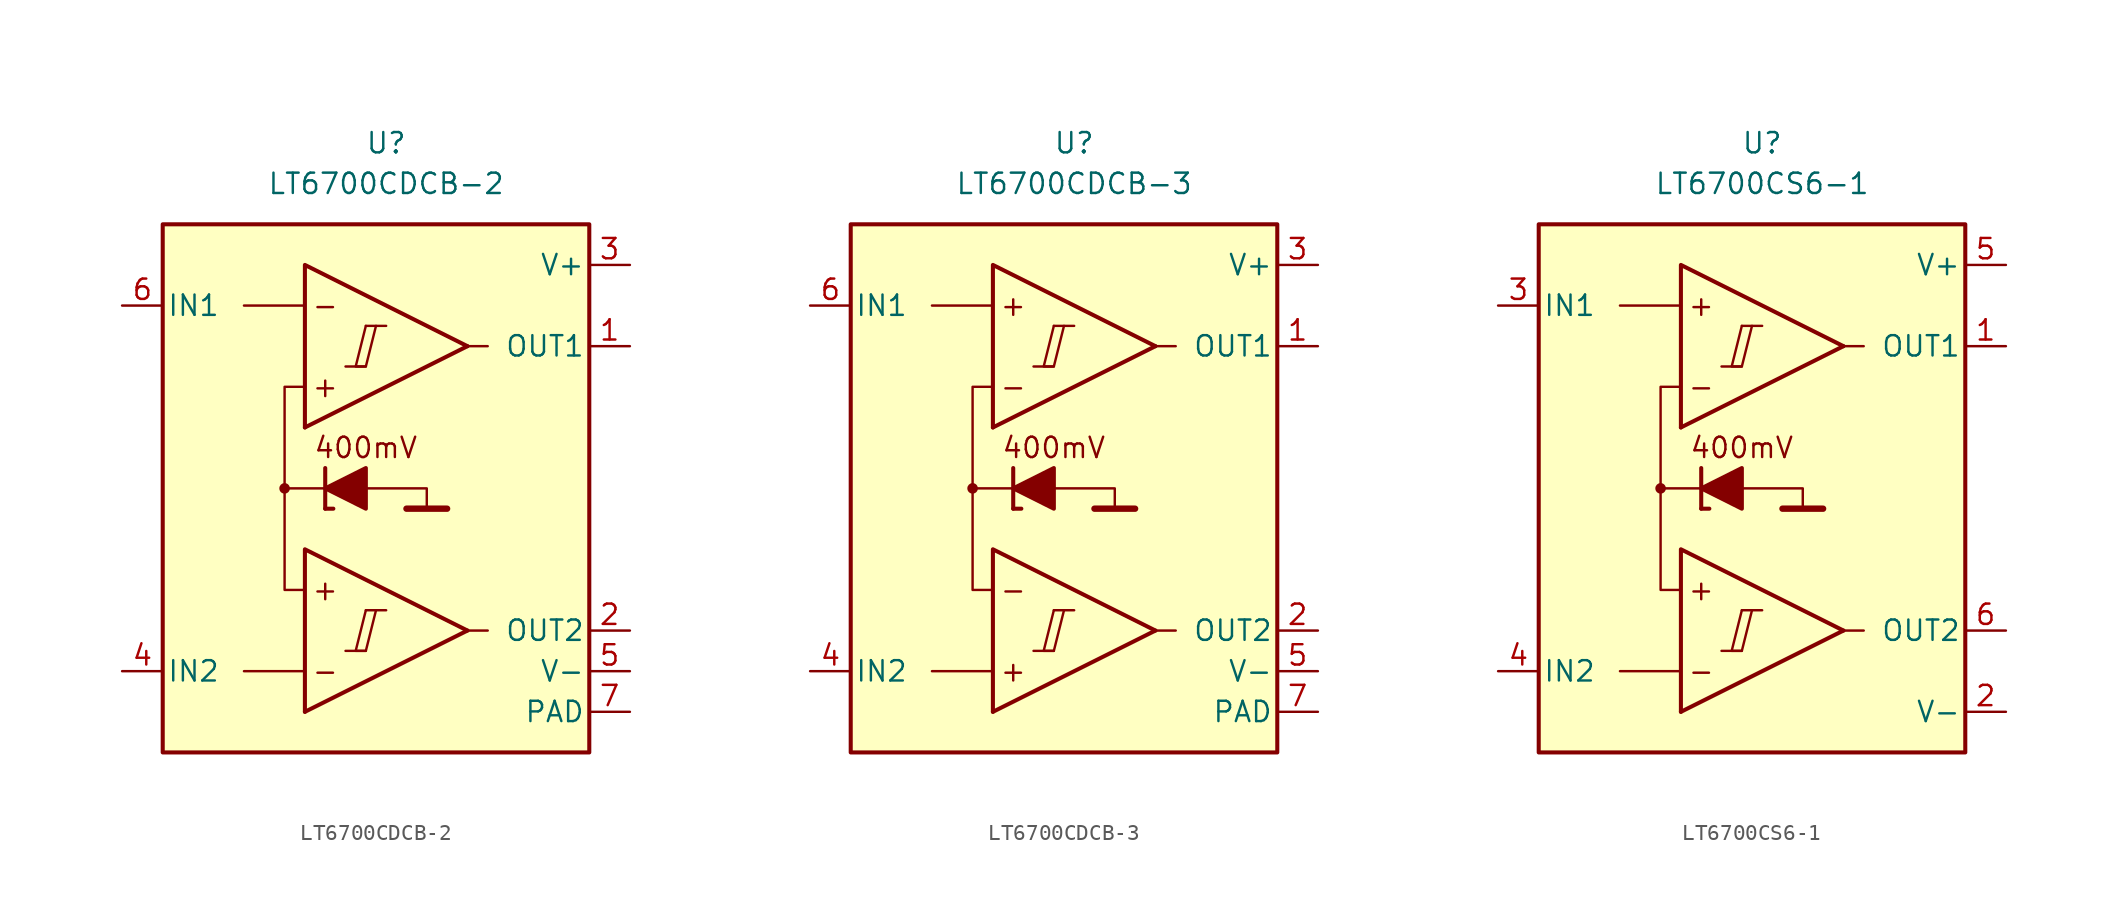
<source format=kicad_sym>
(kicad_symbol_lib
  (version 20231120)
  (generator "kicad_symbol_editor")
  (generator_version "8.0")
  (symbol "LT6700CDCB-2"
    (pin_names
      (offset 0.254))
    (property "Reference" "U"
      (at 0 22.86 0)
      (effects (font (size 1.27 1.27))))
    (property "Value" "LT6700CDCB-2"
      (at 0 20.32 0)
      (effects (font (size 1.27 1.27))))
    (symbol "LT6700CDCB-2_0_0"
      (rectangle (start -13.97 17.78) (end 12.7 -15.24) (stroke (width 0.254) (type default)) (fill (type background)))
      (circle (center -6.35 1.27) (radius 0.254) (stroke (width 0.152) (type default)) (fill (type outline)))
      (polyline (pts (xy -2.54 -8.89) (xy -1.27 -8.89)) (stroke (width 0.152) (type default)) (fill (type none)))
      (polyline (pts (xy -2.54 8.89) (xy -1.27 8.89)) (stroke (width 0.152) (type default)) (fill (type none)))
      (polyline (pts (xy -1.27 -6.35) (xy 0 -6.35)) (stroke (width 0.152) (type default)) (fill (type none)))
      (polyline (pts (xy -1.27 11.43) (xy 0 11.43)) (stroke (width 0.152) (type default)) (fill (type none)))
      (polyline (pts (xy 5.08 -7.62) (xy -5.08 -12.7)) (stroke (width 0.254) (type default)) (fill (type none)))
      (polyline (pts (xy 5.08 10.16) (xy -5.08 5.08)) (stroke (width 0.254) (type default)) (fill (type none)))
      (polyline (pts (xy 5.08 -7.62) (xy -5.08 -2.54) (xy -5.08 -12.7)) (stroke (width 0.254) (type default)) (fill (type background)))
      (polyline (pts (xy 5.08 10.16) (xy -5.08 15.24) (xy -5.08 5.08)) (stroke (width 0.254) (type default)) (fill (type background)))
      (polyline (pts (xy -1.27 -6.35) (xy -1.905 -8.89) (xy -1.27 -8.89) (xy -0.635 -6.35)) (stroke (width 0.152) (type default)) (fill (type none)))
      (polyline (pts (xy -1.27 11.43) (xy -1.905 8.89) (xy -1.27 8.89) (xy -0.635 11.43)) (stroke (width 0.152) (type default)) (fill (type none)))
      (text "+" (at -3.81 -5.08 0) (effects (font (size 1.27 1.27))))
      (text "+" (at -3.81 7.62 0) (effects (font (size 1.27 1.27))))
      (text "-" (at -3.81 -10.16 0) (effects (font (size 1.27 1.27))))
      (text "-" (at -3.81 12.7 0) (effects (font (size 1.27 1.27)))))
    (symbol "LT6700CDCB-2_0_1"
      (polyline (pts (xy -5.08 -10.16) (xy -8.89 -10.16)) (stroke (width 0) (type default)) (fill (type none)))
      (polyline (pts (xy -5.08 12.7) (xy -8.89 12.7)) (stroke (width 0) (type default)) (fill (type none)))
      (polyline (pts (xy -3.81 0) (xy -3.81 2.54)) (stroke (width 0.254) (type default)) (fill (type none)))
      (polyline (pts (xy -3.81 0) (xy -3.302 0)) (stroke (width 0.254) (type default)) (fill (type none)))
      (polyline (pts (xy -3.81 1.27) (xy -6.35 1.27)) (stroke (width 0.152) (type default)) (fill (type none)))
      (polyline (pts (xy 1.27 0) (xy 3.81 0)) (stroke (width 0.4) (type default)) (fill (type none)))
      (polyline (pts (xy 5.08 -7.62) (xy 6.35 -7.62)) (stroke (width 0) (type default)) (fill (type none)))
      (polyline (pts (xy 5.08 10.16) (xy 6.35 10.16)) (stroke (width 0) (type default)) (fill (type none)))
      (polyline (pts (xy -1.27 1.27) (xy 2.54 1.27) (xy 2.54 0)) (stroke (width 0.152) (type default)) (fill (type none)))
      (polyline (pts (xy -5.08 -5.08) (xy -6.35 -5.08) (xy -6.35 7.62) (xy -5.08 7.62)) (stroke (width 0.152) (type default)) (fill (type none)))
      (polyline (pts (xy -1.27 2.54) (xy -1.27 0) (xy -3.81 1.27) (xy -1.27 2.54)) (stroke (width 0.254) (type default)) (fill (type outline))))
    (symbol "LT6700CDCB-2_1_0"
      (text "400mV" (at -1.27 3.81 0) (effects (font (size 1.27 1.27)))))
    (symbol "LT6700CDCB-2_1_1"
      (pin output line (at 15.24 10.16 180) (length 2.54) (name "OUT1" (effects (font (size 1.27 1.27)))) (number "1" (effects (font (size 1.27 1.27)))))
      (pin output line (at 15.24 -7.62 180) (length 2.54) (name "OUT2" (effects (font (size 1.27 1.27)))) (number "2" (effects (font (size 1.27 1.27)))))
      (pin power_in line (at 15.24 15.24 180) (length 2.54) (name "V+" (effects (font (size 1.27 1.27)))) (number "3" (effects (font (size 1.27 1.27)))))
      (pin input line (at -16.51 -10.16 0) (length 2.54) (name "IN2" (effects (font (size 1.27 1.27)))) (number "4" (effects (font (size 1.27 1.27)))))
      (pin power_in line (at 15.24 -10.16 180) (length 2.54) (name "V-" (effects (font (size 1.27 1.27)))) (number "5" (effects (font (size 1.27 1.27)))))
      (pin input line (at -16.51 12.7 0) (length 2.54) (name "IN1" (effects (font (size 1.27 1.27)))) (number "6" (effects (font (size 1.27 1.27)))))
      (pin power_in line (at 15.24 -12.7 180) (length 2.54) (name "PAD" (effects (font (size 1.27 1.27)))) (number "7" (effects (font (size 1.27 1.27)))))))
  (symbol "LT6700CDCB-3"
    (pin_names
      (offset 0.254))
    (property "Reference" "U"
      (at 0 22.86 0)
      (effects (font (size 1.27 1.27))))
    (property "Value" "LT6700CDCB-3"
      (at 0 20.32 0)
      (effects (font (size 1.27 1.27))))
    (symbol "LT6700CDCB-3_0_0"
      (rectangle (start -13.97 17.78) (end 12.7 -15.24) (stroke (width 0.254) (type default)) (fill (type background)))
      (circle (center -6.35 1.27) (radius 0.254) (stroke (width 0.152) (type default)) (fill (type outline)))
      (polyline (pts (xy -2.54 -8.89) (xy -1.27 -8.89)) (stroke (width 0.152) (type default)) (fill (type none)))
      (polyline (pts (xy -2.54 8.89) (xy -1.27 8.89)) (stroke (width 0.152) (type default)) (fill (type none)))
      (polyline (pts (xy -1.27 -6.35) (xy 0 -6.35)) (stroke (width 0.152) (type default)) (fill (type none)))
      (polyline (pts (xy -1.27 11.43) (xy 0 11.43)) (stroke (width 0.152) (type default)) (fill (type none)))
      (polyline (pts (xy 5.08 -7.62) (xy -5.08 -12.7)) (stroke (width 0.254) (type default)) (fill (type none)))
      (polyline (pts (xy 5.08 10.16) (xy -5.08 5.08)) (stroke (width 0.254) (type default)) (fill (type none)))
      (polyline (pts (xy 5.08 -7.62) (xy -5.08 -2.54) (xy -5.08 -12.7)) (stroke (width 0.254) (type default)) (fill (type background)))
      (polyline (pts (xy 5.08 10.16) (xy -5.08 15.24) (xy -5.08 5.08)) (stroke (width 0.254) (type default)) (fill (type background)))
      (polyline (pts (xy -1.27 -6.35) (xy -1.905 -8.89) (xy -1.27 -8.89) (xy -0.635 -6.35)) (stroke (width 0.152) (type default)) (fill (type none)))
      (polyline (pts (xy -1.27 11.43) (xy -1.905 8.89) (xy -1.27 8.89) (xy -0.635 11.43)) (stroke (width 0.152) (type default)) (fill (type none)))
      (text "+" (at -3.81 -10.16 0) (effects (font (size 1.27 1.27))))
      (text "+" (at -3.81 12.7 0) (effects (font (size 1.27 1.27))))
      (text "-" (at -3.81 -5.08 0) (effects (font (size 1.27 1.27))))
      (text "-" (at -3.81 7.62 0) (effects (font (size 1.27 1.27)))))
    (symbol "LT6700CDCB-3_0_1"
      (polyline (pts (xy -5.08 -10.16) (xy -8.89 -10.16)) (stroke (width 0) (type default)) (fill (type none)))
      (polyline (pts (xy -5.08 12.7) (xy -8.89 12.7)) (stroke (width 0) (type default)) (fill (type none)))
      (polyline (pts (xy -3.81 0) (xy -3.81 2.54)) (stroke (width 0.254) (type default)) (fill (type none)))
      (polyline (pts (xy -3.81 0) (xy -3.302 0)) (stroke (width 0.254) (type default)) (fill (type none)))
      (polyline (pts (xy -3.81 1.27) (xy -6.35 1.27)) (stroke (width 0.152) (type default)) (fill (type none)))
      (polyline (pts (xy 1.27 0) (xy 3.81 0)) (stroke (width 0.4) (type default)) (fill (type none)))
      (polyline (pts (xy 5.08 -7.62) (xy 6.35 -7.62)) (stroke (width 0) (type default)) (fill (type none)))
      (polyline (pts (xy 5.08 10.16) (xy 6.35 10.16)) (stroke (width 0) (type default)) (fill (type none)))
      (polyline (pts (xy -1.27 1.27) (xy 2.54 1.27) (xy 2.54 0)) (stroke (width 0.152) (type default)) (fill (type none)))
      (polyline (pts (xy -5.08 -5.08) (xy -6.35 -5.08) (xy -6.35 7.62) (xy -5.08 7.62)) (stroke (width 0.152) (type default)) (fill (type none)))
      (polyline (pts (xy -1.27 2.54) (xy -1.27 0) (xy -3.81 1.27) (xy -1.27 2.54)) (stroke (width 0.254) (type default)) (fill (type outline))))
    (symbol "LT6700CDCB-3_1_0"
      (text "400mV" (at -1.27 3.81 0) (effects (font (size 1.27 1.27)))))
    (symbol "LT6700CDCB-3_1_1"
      (pin output line (at 15.24 10.16 180) (length 2.54) (name "OUT1" (effects (font (size 1.27 1.27)))) (number "1" (effects (font (size 1.27 1.27)))))
      (pin output line (at 15.24 -7.62 180) (length 2.54) (name "OUT2" (effects (font (size 1.27 1.27)))) (number "2" (effects (font (size 1.27 1.27)))))
      (pin power_in line (at 15.24 15.24 180) (length 2.54) (name "V+" (effects (font (size 1.27 1.27)))) (number "3" (effects (font (size 1.27 1.27)))))
      (pin input line (at -16.51 -10.16 0) (length 2.54) (name "IN2" (effects (font (size 1.27 1.27)))) (number "4" (effects (font (size 1.27 1.27)))))
      (pin power_in line (at 15.24 -10.16 180) (length 2.54) (name "V-" (effects (font (size 1.27 1.27)))) (number "5" (effects (font (size 1.27 1.27)))))
      (pin input line (at -16.51 12.7 0) (length 2.54) (name "IN1" (effects (font (size 1.27 1.27)))) (number "6" (effects (font (size 1.27 1.27)))))
      (pin power_in line (at 15.24 -12.7 180) (length 2.54) (name "PAD" (effects (font (size 1.27 1.27)))) (number "7" (effects (font (size 1.27 1.27)))))))
  (symbol "LT6700CS6-1"
    (pin_names
      (offset 0.254))
    (property "Reference" "U"
      (at 0 22.86 0)
      (effects (font (size 1.27 1.27))))
    (property "Value" "LT6700CS6-1"
      (at 0 20.32 0)
      (effects (font (size 1.27 1.27))))
    (symbol "LT6700CS6-1_0_0"
      (rectangle (start -13.97 17.78) (end 12.7 -15.24) (stroke (width 0.254) (type default)) (fill (type background)))
      (circle (center -6.35 1.27) (radius 0.254) (stroke (width 0.152) (type default)) (fill (type outline)))
      (polyline (pts (xy -2.54 -8.89) (xy -1.27 -8.89)) (stroke (width 0.152) (type default)) (fill (type none)))
      (polyline (pts (xy -2.54 8.89) (xy -1.27 8.89)) (stroke (width 0.152) (type default)) (fill (type none)))
      (polyline (pts (xy -1.27 -6.35) (xy 0 -6.35)) (stroke (width 0.152) (type default)) (fill (type none)))
      (polyline (pts (xy -1.27 11.43) (xy 0 11.43)) (stroke (width 0.152) (type default)) (fill (type none)))
      (polyline (pts (xy 5.08 -7.62) (xy -5.08 -12.7)) (stroke (width 0.254) (type default)) (fill (type none)))
      (polyline (pts (xy 5.08 10.16) (xy -5.08 5.08)) (stroke (width 0.254) (type default)) (fill (type none)))
      (polyline (pts (xy 5.08 -7.62) (xy -5.08 -2.54) (xy -5.08 -12.7)) (stroke (width 0.254) (type default)) (fill (type background)))
      (polyline (pts (xy 5.08 10.16) (xy -5.08 15.24) (xy -5.08 5.08)) (stroke (width 0.254) (type default)) (fill (type background)))
      (polyline (pts (xy -1.27 -6.35) (xy -1.905 -8.89) (xy -1.27 -8.89) (xy -0.635 -6.35)) (stroke (width 0.152) (type default)) (fill (type none)))
      (polyline (pts (xy -1.27 11.43) (xy -1.905 8.89) (xy -1.27 8.89) (xy -0.635 11.43)) (stroke (width 0.152) (type default)) (fill (type none)))
      (text "+" (at -3.81 -5.08 0) (effects (font (size 1.27 1.27))))
      (text "+" (at -3.81 12.7 0) (effects (font (size 1.27 1.27))))
      (text "-" (at -3.81 -10.16 0) (effects (font (size 1.27 1.27))))
      (text "-" (at -3.81 7.62 0) (effects (font (size 1.27 1.27)))))
    (symbol "LT6700CS6-1_0_1"
      (polyline (pts (xy -5.08 -10.16) (xy -8.89 -10.16)) (stroke (width 0) (type default)) (fill (type none)))
      (polyline (pts (xy -5.08 12.7) (xy -8.89 12.7)) (stroke (width 0) (type default)) (fill (type none)))
      (polyline (pts (xy -3.81 0) (xy -3.81 2.54)) (stroke (width 0.254) (type default)) (fill (type none)))
      (polyline (pts (xy -3.81 0) (xy -3.302 0)) (stroke (width 0.254) (type default)) (fill (type none)))
      (polyline (pts (xy -3.81 1.27) (xy -6.35 1.27)) (stroke (width 0.152) (type default)) (fill (type none)))
      (polyline (pts (xy 1.27 0) (xy 3.81 0)) (stroke (width 0.4) (type default)) (fill (type none)))
      (polyline (pts (xy 5.08 -7.62) (xy 6.35 -7.62)) (stroke (width 0) (type default)) (fill (type none)))
      (polyline (pts (xy 5.08 10.16) (xy 6.35 10.16)) (stroke (width 0) (type default)) (fill (type none)))
      (polyline (pts (xy -1.27 1.27) (xy 2.54 1.27) (xy 2.54 0)) (stroke (width 0.152) (type default)) (fill (type none)))
      (polyline (pts (xy -5.08 -5.08) (xy -6.35 -5.08) (xy -6.35 7.62) (xy -5.08 7.62)) (stroke (width 0.152) (type default)) (fill (type none)))
      (polyline (pts (xy -1.27 2.54) (xy -1.27 0) (xy -3.81 1.27) (xy -1.27 2.54)) (stroke (width 0.254) (type default)) (fill (type outline))))
    (symbol "LT6700CS6-1_1_0"
      (text "400mV" (at -1.27 3.81 0) (effects (font (size 1.27 1.27)))))
    (symbol "LT6700CS6-1_1_1"
      (pin output line (at 15.24 10.16 180) (length 2.54) (name "OUT1" (effects (font (size 1.27 1.27)))) (number "1" (effects (font (size 1.27 1.27)))))
      (pin power_in line (at 15.24 -12.7 180) (length 2.54) (name "V-" (effects (font (size 1.27 1.27)))) (number "2" (effects (font (size 1.27 1.27)))))
      (pin input line (at -16.51 12.7 0) (length 2.54) (name "IN1" (effects (font (size 1.27 1.27)))) (number "3" (effects (font (size 1.27 1.27)))))
      (pin input line (at -16.51 -10.16 0) (length 2.54) (name "IN2" (effects (font (size 1.27 1.27)))) (number "4" (effects (font (size 1.27 1.27)))))
      (pin power_in line (at 15.24 15.24 180) (length 2.54) (name "V+" (effects (font (size 1.27 1.27)))) (number "5" (effects (font (size 1.27 1.27)))))
      (pin output line (at 15.24 -7.62 180) (length 2.54) (name "OUT2" (effects (font (size 1.27 1.27)))) (number "6" (effects (font (size 1.27 1.27))))))))
</source>
